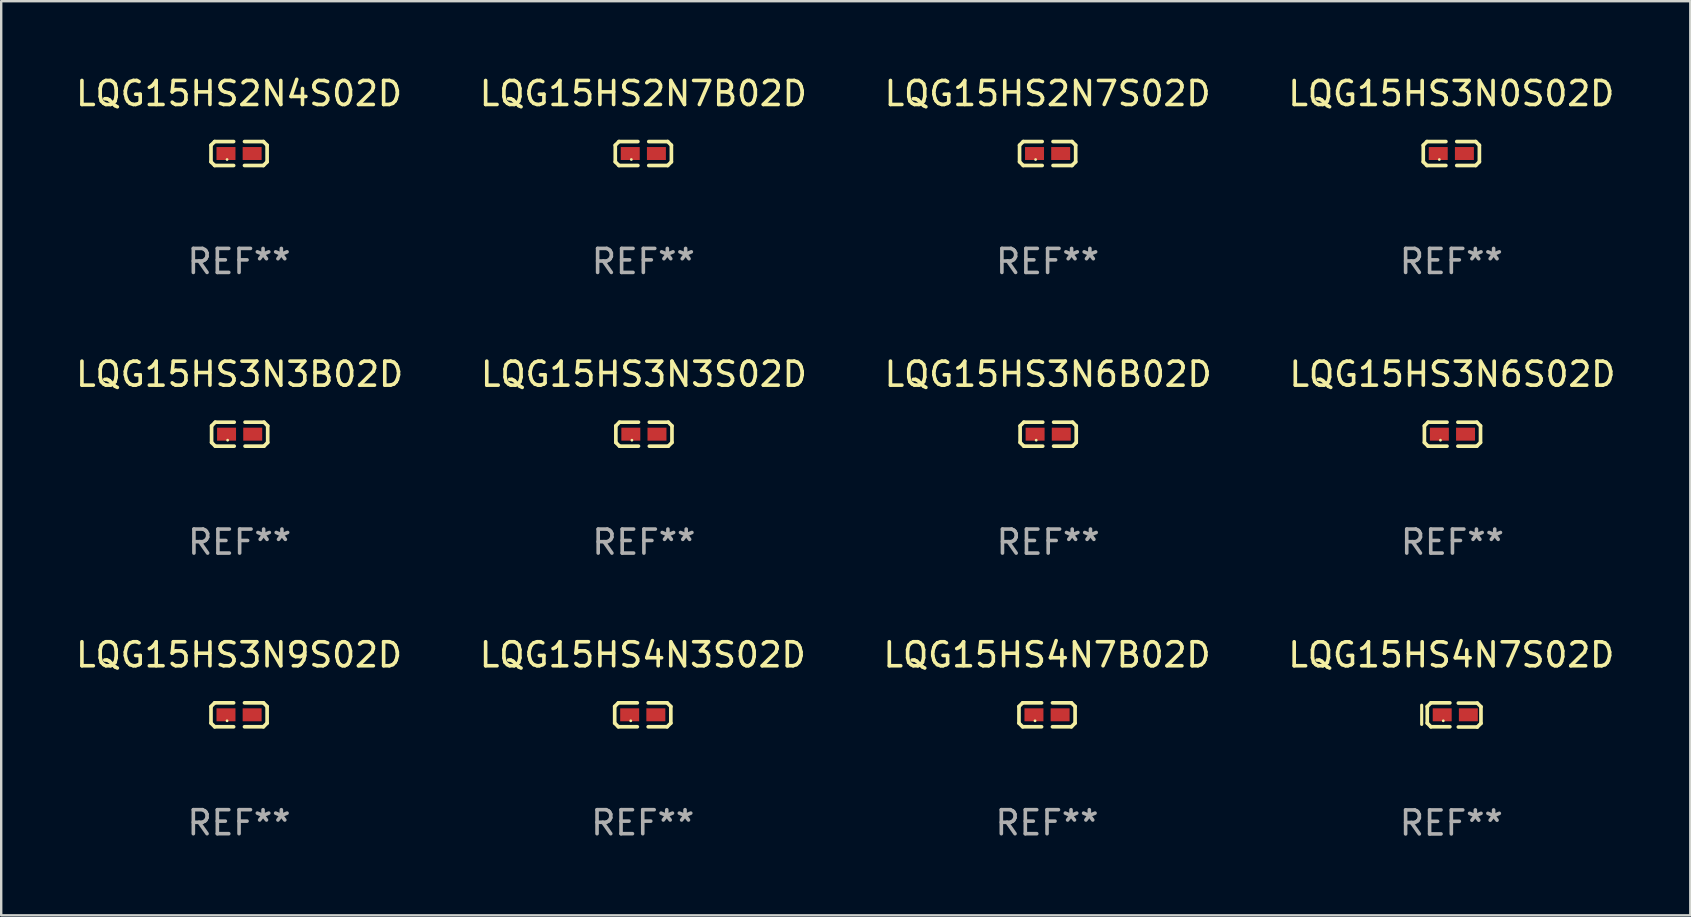
<source format=kicad_pcb>
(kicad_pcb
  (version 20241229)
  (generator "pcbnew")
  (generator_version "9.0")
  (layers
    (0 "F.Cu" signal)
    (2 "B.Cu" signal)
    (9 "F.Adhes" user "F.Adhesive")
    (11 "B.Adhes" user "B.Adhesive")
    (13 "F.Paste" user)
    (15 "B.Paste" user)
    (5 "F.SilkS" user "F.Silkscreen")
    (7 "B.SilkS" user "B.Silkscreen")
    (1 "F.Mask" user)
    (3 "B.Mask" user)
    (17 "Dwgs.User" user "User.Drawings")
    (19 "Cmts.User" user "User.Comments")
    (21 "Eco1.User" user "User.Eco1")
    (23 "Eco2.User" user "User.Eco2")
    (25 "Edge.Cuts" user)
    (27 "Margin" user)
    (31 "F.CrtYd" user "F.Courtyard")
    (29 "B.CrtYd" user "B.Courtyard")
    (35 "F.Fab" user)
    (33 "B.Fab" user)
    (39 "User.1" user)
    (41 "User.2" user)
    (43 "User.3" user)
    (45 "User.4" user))
  (footprint "LQG15HS3N6S02D"
    (layer "F.Cu")
    (at 57.47 15.041)
    (property "Reference" "LQG15HS3N6S02D" (at 0 -2.499 0) (layer "F.SilkS") (effects (font (size 1 1) (thickness 0.15))))
    (attr through_hole)
    (fp_line (start -1.169 -0.346) (end -1.016 -0.499) (stroke (width 0.152) (type solid)) (layer "F.SilkS"))
    (fp_line (start -1.169 0.346) (end -1.169 -0.346) (stroke (width 0.152) (type solid)) (layer "F.SilkS"))
    (fp_line (start -1.016 -0.499) (end -0.226 -0.499) (stroke (width 0.152) (type solid)) (layer "F.SilkS"))
    (fp_line (start -1.016 0.499) (end -1.169 0.346) (stroke (width 0.152) (type solid)) (layer "F.SilkS"))
    (fp_line (start -0.226 0.499) (end -1.016 0.499) (stroke (width 0.152) (type solid)) (layer "F.SilkS"))
    (fp_line (start 0.226 0.499) (end 1.016 0.499) (stroke (width 0.152) (type solid)) (layer "F.SilkS"))
    (fp_line (start 1.016 -0.499) (end 0.226 -0.499) (stroke (width 0.152) (type solid)) (layer "F.SilkS"))
    (fp_line (start 1.016 0.499) (end 1.169 0.346) (stroke (width 0.152) (type solid)) (layer "F.SilkS"))
    (fp_line (start 1.169 -0.346) (end 1.016 -0.499) (stroke (width 0.152) (type solid)) (layer "F.SilkS"))
    (fp_line (start 1.169 0.346) (end 1.169 -0.346) (stroke (width 0.152) (type solid)) (layer "F.SilkS"))
    (fp_circle (center -0.5 0.25) (end -0.47 0.25) (stroke (width 0.06) (type solid)) (fill no) (layer "F.SilkS"))
    (fp_text user "REF**" (at 0 4.499 0) (layer "F.Fab") (effects (font (size 1 1) (thickness 0.15))))
    (pad "1" smd rect (at -0.545 0) (size 0.79 0.54) (layers "F.Cu" "F.Mask" "F.Paste"))
    (pad "2" smd rect (at 0.545 0) (size 0.79 0.54) (layers "F.Cu" "F.Mask" "F.Paste")))
  (footprint "LQG15HS4N3S02D"
    (layer "F.Cu")
    (at 23.732 26.734)
    (property "Reference" "LQG15HS4N3S02D" (at 0 -2.499 0) (layer "F.SilkS") (effects (font (size 1 1) (thickness 0.15))))
    (attr through_hole)
    (fp_line (start -1.169 -0.346) (end -1.016 -0.499) (stroke (width 0.152) (type solid)) (layer "F.SilkS"))
    (fp_line (start -1.169 0.346) (end -1.169 -0.346) (stroke (width 0.152) (type solid)) (layer "F.SilkS"))
    (fp_line (start -1.016 -0.499) (end -0.226 -0.499) (stroke (width 0.152) (type solid)) (layer "F.SilkS"))
    (fp_line (start -1.016 0.499) (end -1.169 0.346) (stroke (width 0.152) (type solid)) (layer "F.SilkS"))
    (fp_line (start -0.226 0.499) (end -1.016 0.499) (stroke (width 0.152) (type solid)) (layer "F.SilkS"))
    (fp_line (start 0.226 0.499) (end 1.016 0.499) (stroke (width 0.152) (type solid)) (layer "F.SilkS"))
    (fp_line (start 1.016 -0.499) (end 0.226 -0.499) (stroke (width 0.152) (type solid)) (layer "F.SilkS"))
    (fp_line (start 1.016 0.499) (end 1.169 0.346) (stroke (width 0.152) (type solid)) (layer "F.SilkS"))
    (fp_line (start 1.169 -0.346) (end 1.016 -0.499) (stroke (width 0.152) (type solid)) (layer "F.SilkS"))
    (fp_line (start 1.169 0.346) (end 1.169 -0.346) (stroke (width 0.152) (type solid)) (layer "F.SilkS"))
    (fp_circle (center -0.5 0.25) (end -0.47 0.25) (stroke (width 0.06) (type solid)) (fill no) (layer "F.SilkS"))
    (fp_text user "REF**" (at 0 4.499 0) (layer "F.Fab") (effects (font (size 1 1) (thickness 0.15))))
    (pad "1" smd rect (at -0.545 0) (size 0.79 0.54) (layers "F.Cu" "F.Mask" "F.Paste"))
    (pad "2" smd rect (at 0.545 0) (size 0.79 0.54) (layers "F.Cu" "F.Mask" "F.Paste")))
  (footprint "LQG15HS3N6B02D"
    (layer "F.Cu")
    (at 40.625 15.041)
    (property "Reference" "LQG15HS3N6B02D" (at 0 -2.499 0) (layer "F.SilkS") (effects (font (size 1 1) (thickness 0.15))))
    (attr through_hole)
    (fp_line (start -1.169 -0.346) (end -1.016 -0.499) (stroke (width 0.152) (type solid)) (layer "F.SilkS"))
    (fp_line (start -1.169 0.346) (end -1.169 -0.346) (stroke (width 0.152) (type solid)) (layer "F.SilkS"))
    (fp_line (start -1.016 -0.499) (end -0.226 -0.499) (stroke (width 0.152) (type solid)) (layer "F.SilkS"))
    (fp_line (start -1.016 0.499) (end -1.169 0.346) (stroke (width 0.152) (type solid)) (layer "F.SilkS"))
    (fp_line (start -0.226 0.499) (end -1.016 0.499) (stroke (width 0.152) (type solid)) (layer "F.SilkS"))
    (fp_line (start 0.226 0.499) (end 1.016 0.499) (stroke (width 0.152) (type solid)) (layer "F.SilkS"))
    (fp_line (start 1.016 -0.499) (end 0.226 -0.499) (stroke (width 0.152) (type solid)) (layer "F.SilkS"))
    (fp_line (start 1.016 0.499) (end 1.169 0.346) (stroke (width 0.152) (type solid)) (layer "F.SilkS"))
    (fp_line (start 1.169 -0.346) (end 1.016 -0.499) (stroke (width 0.152) (type solid)) (layer "F.SilkS"))
    (fp_line (start 1.169 0.346) (end 1.169 -0.346) (stroke (width 0.152) (type solid)) (layer "F.SilkS"))
    (fp_circle (center -0.5 0.25) (end -0.47 0.25) (stroke (width 0.06) (type solid)) (fill no) (layer "F.SilkS"))
    (fp_text user "REF**" (at 0 4.499 0) (layer "F.Fab") (effects (font (size 1 1) (thickness 0.15))))
    (pad "1" smd rect (at -0.545 0) (size 0.79 0.54) (layers "F.Cu" "F.Mask" "F.Paste"))
    (pad "2" smd rect (at 0.545 0) (size 0.79 0.54) (layers "F.Cu" "F.Mask" "F.Paste")))
  (footprint "LQG15HS4N7B02D"
    (layer "F.Cu")
    (at 40.577 26.734)
    (property "Reference" "LQG15HS4N7B02D" (at 0 -2.499 0) (layer "F.SilkS") (effects (font (size 1 1) (thickness 0.15))))
    (attr through_hole)
    (fp_line (start -1.169 -0.346) (end -1.016 -0.499) (stroke (width 0.152) (type solid)) (layer "F.SilkS"))
    (fp_line (start -1.169 0.346) (end -1.169 -0.346) (stroke (width 0.152) (type solid)) (layer "F.SilkS"))
    (fp_line (start -1.016 -0.499) (end -0.226 -0.499) (stroke (width 0.152) (type solid)) (layer "F.SilkS"))
    (fp_line (start -1.016 0.499) (end -1.169 0.346) (stroke (width 0.152) (type solid)) (layer "F.SilkS"))
    (fp_line (start -0.226 0.499) (end -1.016 0.499) (stroke (width 0.152) (type solid)) (layer "F.SilkS"))
    (fp_line (start 0.226 0.499) (end 1.016 0.499) (stroke (width 0.152) (type solid)) (layer "F.SilkS"))
    (fp_line (start 1.016 -0.499) (end 0.226 -0.499) (stroke (width 0.152) (type solid)) (layer "F.SilkS"))
    (fp_line (start 1.016 0.499) (end 1.169 0.346) (stroke (width 0.152) (type solid)) (layer "F.SilkS"))
    (fp_line (start 1.169 -0.346) (end 1.016 -0.499) (stroke (width 0.152) (type solid)) (layer "F.SilkS"))
    (fp_line (start 1.169 0.346) (end 1.169 -0.346) (stroke (width 0.152) (type solid)) (layer "F.SilkS"))
    (fp_circle (center -0.5 0.25) (end -0.47 0.25) (stroke (width 0.06) (type solid)) (fill no) (layer "F.SilkS"))
    (fp_text user "REF**" (at 0 4.499 0) (layer "F.Fab") (effects (font (size 1 1) (thickness 0.15))))
    (pad "1" smd rect (at -0.545 0) (size 0.79 0.54) (layers "F.Cu" "F.Mask" "F.Paste"))
    (pad "2" smd rect (at 0.545 0) (size 0.79 0.54) (layers "F.Cu" "F.Mask" "F.Paste")))
  (footprint "LQG15HS3N9S02D"
    (layer "F.Cu")
    (at 6.911 26.734)
    (property "Reference" "LQG15HS3N9S02D" (at 0 -2.499 0) (layer "F.SilkS") (effects (font (size 1 1) (thickness 0.15))))
    (attr through_hole)
    (fp_line (start -1.169 -0.346) (end -1.016 -0.499) (stroke (width 0.152) (type solid)) (layer "F.SilkS"))
    (fp_line (start -1.169 0.346) (end -1.169 -0.346) (stroke (width 0.152) (type solid)) (layer "F.SilkS"))
    (fp_line (start -1.016 -0.499) (end -0.226 -0.499) (stroke (width 0.152) (type solid)) (layer "F.SilkS"))
    (fp_line (start -1.016 0.499) (end -1.169 0.346) (stroke (width 0.152) (type solid)) (layer "F.SilkS"))
    (fp_line (start -0.226 0.499) (end -1.016 0.499) (stroke (width 0.152) (type solid)) (layer "F.SilkS"))
    (fp_line (start 0.226 0.499) (end 1.016 0.499) (stroke (width 0.152) (type solid)) (layer "F.SilkS"))
    (fp_line (start 1.016 -0.499) (end 0.226 -0.499) (stroke (width 0.152) (type solid)) (layer "F.SilkS"))
    (fp_line (start 1.016 0.499) (end 1.169 0.346) (stroke (width 0.152) (type solid)) (layer "F.SilkS"))
    (fp_line (start 1.169 -0.346) (end 1.016 -0.499) (stroke (width 0.152) (type solid)) (layer "F.SilkS"))
    (fp_line (start 1.169 0.346) (end 1.169 -0.346) (stroke (width 0.152) (type solid)) (layer "F.SilkS"))
    (fp_circle (center -0.5 0.25) (end -0.47 0.25) (stroke (width 0.06) (type solid)) (fill no) (layer "F.SilkS"))
    (fp_text user "REF**" (at 0 4.499 0) (layer "F.Fab") (effects (font (size 1 1) (thickness 0.15))))
    (pad "1" smd rect (at -0.545 0) (size 0.79 0.54) (layers "F.Cu" "F.Mask" "F.Paste"))
    (pad "2" smd rect (at 0.545 0) (size 0.79 0.54) (layers "F.Cu" "F.Mask" "F.Paste")))
  (footprint "LQG15HS4N7S02D"
    (layer "F.Cu")
    (at 57.423 26.739)
    (property "Reference" "LQG15HS4N7S02D" (at 0 -2.503 0) (layer "F.SilkS") (effects (font (size 1 1) (thickness 0.15))))
    (attr through_hole)
    (fp_line (start -1.235 -0.405) (end -1.235 0.395) (stroke (width 0.13) (type solid)) (layer "F.SilkS"))
    (fp_line (start -1.003 -0.351) (end -0.851 -0.503) (stroke (width 0.152) (type solid)) (layer "F.SilkS"))
    (fp_line (start -1.003 0.341) (end -1.003 -0.351) (stroke (width 0.152) (type solid)) (layer "F.SilkS"))
    (fp_line (start -0.851 -0.503) (end -0.061 -0.503) (stroke (width 0.152) (type solid)) (layer "F.SilkS"))
    (fp_line (start -0.851 0.494) (end -1.003 0.341) (stroke (width 0.152) (type solid)) (layer "F.SilkS"))
    (fp_line (start -0.061 0.494) (end -0.851 0.494) (stroke (width 0.152) (type solid)) (layer "F.SilkS"))
    (fp_line (start 0.292 0.503) (end 1.082 0.503) (stroke (width 0.152) (type solid)) (layer "F.SilkS"))
    (fp_line (start 1.082 -0.494) (end 0.292 -0.494) (stroke (width 0.152) (type solid)) (layer "F.SilkS"))
    (fp_line (start 1.082 0.503) (end 1.235 0.351) (stroke (width 0.152) (type solid)) (layer "F.SilkS"))
    (fp_line (start 1.235 -0.341) (end 1.082 -0.494) (stroke (width 0.152) (type solid)) (layer "F.SilkS"))
    (fp_line (start 1.235 0.351) (end 1.235 -0.341) (stroke (width 0.152) (type solid)) (layer "F.SilkS"))
    (fp_circle (center -0.335 0.245) (end -0.305 0.245) (stroke (width 0.06) (type solid)) (fill no) (layer "F.SilkS"))
    (fp_text user "REF**" (at 0 4.503 0) (layer "F.Fab") (effects (font (size 1 1) (thickness 0.15))))
    (pad "1" smd rect (at -0.38 -0.005) (size 0.79 0.54) (layers "F.Cu" "F.Mask" "F.Paste"))
    (pad "2" smd rect (at 0.71 -0.005) (size 0.79 0.54) (layers "F.Cu" "F.Mask" "F.Paste")))
  (footprint "LQG15HS2N4S02D"
    (layer "F.Cu")
    (at 6.911 3.347)
    (property "Reference" "LQG15HS2N4S02D" (at 0 -2.499 0) (layer "F.SilkS") (effects (font (size 1 1) (thickness 0.15))))
    (attr through_hole)
    (fp_line (start -1.169 -0.346) (end -1.016 -0.499) (stroke (width 0.152) (type solid)) (layer "F.SilkS"))
    (fp_line (start -1.169 0.346) (end -1.169 -0.346) (stroke (width 0.152) (type solid)) (layer "F.SilkS"))
    (fp_line (start -1.016 -0.499) (end -0.226 -0.499) (stroke (width 0.152) (type solid)) (layer "F.SilkS"))
    (fp_line (start -1.016 0.499) (end -1.169 0.346) (stroke (width 0.152) (type solid)) (layer "F.SilkS"))
    (fp_line (start -0.226 0.499) (end -1.016 0.499) (stroke (width 0.152) (type solid)) (layer "F.SilkS"))
    (fp_line (start 0.226 0.499) (end 1.016 0.499) (stroke (width 0.152) (type solid)) (layer "F.SilkS"))
    (fp_line (start 1.016 -0.499) (end 0.226 -0.499) (stroke (width 0.152) (type solid)) (layer "F.SilkS"))
    (fp_line (start 1.016 0.499) (end 1.169 0.346) (stroke (width 0.152) (type solid)) (layer "F.SilkS"))
    (fp_line (start 1.169 -0.346) (end 1.016 -0.499) (stroke (width 0.152) (type solid)) (layer "F.SilkS"))
    (fp_line (start 1.169 0.346) (end 1.169 -0.346) (stroke (width 0.152) (type solid)) (layer "F.SilkS"))
    (fp_circle (center -0.5 0.25) (end -0.47 0.25) (stroke (width 0.06) (type solid)) (fill no) (layer "F.SilkS"))
    (fp_text user "REF**" (at 0 4.499 0) (layer "F.Fab") (effects (font (size 1 1) (thickness 0.15))))
    (pad "1" smd rect (at -0.545 0) (size 0.79 0.54) (layers "F.Cu" "F.Mask" "F.Paste"))
    (pad "2" smd rect (at 0.545 0) (size 0.79 0.54) (layers "F.Cu" "F.Mask" "F.Paste")))
  (footprint "LQG15HS3N3B02D"
    (layer "F.Cu")
    (at 6.935 15.041)
    (property "Reference" "LQG15HS3N3B02D" (at 0 -2.499 0) (layer "F.SilkS") (effects (font (size 1 1) (thickness 0.15))))
    (attr through_hole)
    (fp_line (start -1.169 -0.346) (end -1.016 -0.499) (stroke (width 0.152) (type solid)) (layer "F.SilkS"))
    (fp_line (start -1.169 0.346) (end -1.169 -0.346) (stroke (width 0.152) (type solid)) (layer "F.SilkS"))
    (fp_line (start -1.016 -0.499) (end -0.226 -0.499) (stroke (width 0.152) (type solid)) (layer "F.SilkS"))
    (fp_line (start -1.016 0.499) (end -1.169 0.346) (stroke (width 0.152) (type solid)) (layer "F.SilkS"))
    (fp_line (start -0.226 0.499) (end -1.016 0.499) (stroke (width 0.152) (type solid)) (layer "F.SilkS"))
    (fp_line (start 0.226 0.499) (end 1.016 0.499) (stroke (width 0.152) (type solid)) (layer "F.SilkS"))
    (fp_line (start 1.016 -0.499) (end 0.226 -0.499) (stroke (width 0.152) (type solid)) (layer "F.SilkS"))
    (fp_line (start 1.016 0.499) (end 1.169 0.346) (stroke (width 0.152) (type solid)) (layer "F.SilkS"))
    (fp_line (start 1.169 -0.346) (end 1.016 -0.499) (stroke (width 0.152) (type solid)) (layer "F.SilkS"))
    (fp_line (start 1.169 0.346) (end 1.169 -0.346) (stroke (width 0.152) (type solid)) (layer "F.SilkS"))
    (fp_circle (center -0.5 0.25) (end -0.47 0.25) (stroke (width 0.06) (type solid)) (fill no) (layer "F.SilkS"))
    (fp_text user "REF**" (at 0 4.499 0) (layer "F.Fab") (effects (font (size 1 1) (thickness 0.15))))
    (pad "1" smd rect (at -0.545 0) (size 0.79 0.54) (layers "F.Cu" "F.Mask" "F.Paste"))
    (pad "2" smd rect (at 0.545 0) (size 0.79 0.54) (layers "F.Cu" "F.Mask" "F.Paste")))
  (footprint "LQG15HS2N7S02D"
    (layer "F.Cu")
    (at 40.601 3.347)
    (property "Reference" "LQG15HS2N7S02D" (at 0 -2.499 0) (layer "F.SilkS") (effects (font (size 1 1) (thickness 0.15))))
    (attr through_hole)
    (fp_line (start -1.169 -0.346) (end -1.016 -0.499) (stroke (width 0.152) (type solid)) (layer "F.SilkS"))
    (fp_line (start -1.169 0.346) (end -1.169 -0.346) (stroke (width 0.152) (type solid)) (layer "F.SilkS"))
    (fp_line (start -1.016 -0.499) (end -0.226 -0.499) (stroke (width 0.152) (type solid)) (layer "F.SilkS"))
    (fp_line (start -1.016 0.499) (end -1.169 0.346) (stroke (width 0.152) (type solid)) (layer "F.SilkS"))
    (fp_line (start -0.226 0.499) (end -1.016 0.499) (stroke (width 0.152) (type solid)) (layer "F.SilkS"))
    (fp_line (start 0.226 0.499) (end 1.016 0.499) (stroke (width 0.152) (type solid)) (layer "F.SilkS"))
    (fp_line (start 1.016 -0.499) (end 0.226 -0.499) (stroke (width 0.152) (type solid)) (layer "F.SilkS"))
    (fp_line (start 1.016 0.499) (end 1.169 0.346) (stroke (width 0.152) (type solid)) (layer "F.SilkS"))
    (fp_line (start 1.169 -0.346) (end 1.016 -0.499) (stroke (width 0.152) (type solid)) (layer "F.SilkS"))
    (fp_line (start 1.169 0.346) (end 1.169 -0.346) (stroke (width 0.152) (type solid)) (layer "F.SilkS"))
    (fp_circle (center -0.5 0.25) (end -0.47 0.25) (stroke (width 0.06) (type solid)) (fill no) (layer "F.SilkS"))
    (fp_text user "REF**" (at 0 4.499 0) (layer "F.Fab") (effects (font (size 1 1) (thickness 0.15))))
    (pad "1" smd rect (at -0.545 0) (size 0.79 0.54) (layers "F.Cu" "F.Mask" "F.Paste"))
    (pad "2" smd rect (at 0.545 0) (size 0.79 0.54) (layers "F.Cu" "F.Mask" "F.Paste")))
  (footprint "LQG15HS2N7B02D"
    (layer "F.Cu")
    (at 23.756 3.347)
    (property "Reference" "LQG15HS2N7B02D" (at 0 -2.499 0) (layer "F.SilkS") (effects (font (size 1 1) (thickness 0.15))))
    (attr through_hole)
    (fp_line (start -1.169 -0.346) (end -1.016 -0.499) (stroke (width 0.152) (type solid)) (layer "F.SilkS"))
    (fp_line (start -1.169 0.346) (end -1.169 -0.346) (stroke (width 0.152) (type solid)) (layer "F.SilkS"))
    (fp_line (start -1.016 -0.499) (end -0.226 -0.499) (stroke (width 0.152) (type solid)) (layer "F.SilkS"))
    (fp_line (start -1.016 0.499) (end -1.169 0.346) (stroke (width 0.152) (type solid)) (layer "F.SilkS"))
    (fp_line (start -0.226 0.499) (end -1.016 0.499) (stroke (width 0.152) (type solid)) (layer "F.SilkS"))
    (fp_line (start 0.226 0.499) (end 1.016 0.499) (stroke (width 0.152) (type solid)) (layer "F.SilkS"))
    (fp_line (start 1.016 -0.499) (end 0.226 -0.499) (stroke (width 0.152) (type solid)) (layer "F.SilkS"))
    (fp_line (start 1.016 0.499) (end 1.169 0.346) (stroke (width 0.152) (type solid)) (layer "F.SilkS"))
    (fp_line (start 1.169 -0.346) (end 1.016 -0.499) (stroke (width 0.152) (type solid)) (layer "F.SilkS"))
    (fp_line (start 1.169 0.346) (end 1.169 -0.346) (stroke (width 0.152) (type solid)) (layer "F.SilkS"))
    (fp_circle (center -0.5 0.25) (end -0.47 0.25) (stroke (width 0.06) (type solid)) (fill no) (layer "F.SilkS"))
    (fp_text user "REF**" (at 0 4.499 0) (layer "F.Fab") (effects (font (size 1 1) (thickness 0.15))))
    (pad "1" smd rect (at -0.545 0) (size 0.79 0.54) (layers "F.Cu" "F.Mask" "F.Paste"))
    (pad "2" smd rect (at 0.545 0) (size 0.79 0.54) (layers "F.Cu" "F.Mask" "F.Paste")))
  (footprint "LQG15HS3N0S02D"
    (layer "F.Cu")
    (at 57.423 3.347)
    (property "Reference" "LQG15HS3N0S02D" (at 0 -2.499 0) (layer "F.SilkS") (effects (font (size 1 1) (thickness 0.15))))
    (attr through_hole)
    (fp_line (start -1.169 -0.346) (end -1.016 -0.499) (stroke (width 0.152) (type solid)) (layer "F.SilkS"))
    (fp_line (start -1.169 0.346) (end -1.169 -0.346) (stroke (width 0.152) (type solid)) (layer "F.SilkS"))
    (fp_line (start -1.016 -0.499) (end -0.226 -0.499) (stroke (width 0.152) (type solid)) (layer "F.SilkS"))
    (fp_line (start -1.016 0.499) (end -1.169 0.346) (stroke (width 0.152) (type solid)) (layer "F.SilkS"))
    (fp_line (start -0.226 0.499) (end -1.016 0.499) (stroke (width 0.152) (type solid)) (layer "F.SilkS"))
    (fp_line (start 0.226 0.499) (end 1.016 0.499) (stroke (width 0.152) (type solid)) (layer "F.SilkS"))
    (fp_line (start 1.016 -0.499) (end 0.226 -0.499) (stroke (width 0.152) (type solid)) (layer "F.SilkS"))
    (fp_line (start 1.016 0.499) (end 1.169 0.346) (stroke (width 0.152) (type solid)) (layer "F.SilkS"))
    (fp_line (start 1.169 -0.346) (end 1.016 -0.499) (stroke (width 0.152) (type solid)) (layer "F.SilkS"))
    (fp_line (start 1.169 0.346) (end 1.169 -0.346) (stroke (width 0.152) (type solid)) (layer "F.SilkS"))
    (fp_circle (center -0.5 0.25) (end -0.47 0.25) (stroke (width 0.06) (type solid)) (fill no) (layer "F.SilkS"))
    (fp_text user "REF**" (at 0 4.499 0) (layer "F.Fab") (effects (font (size 1 1) (thickness 0.15))))
    (pad "1" smd rect (at -0.545 0) (size 0.79 0.54) (layers "F.Cu" "F.Mask" "F.Paste"))
    (pad "2" smd rect (at 0.545 0) (size 0.79 0.54) (layers "F.Cu" "F.Mask" "F.Paste")))
  (footprint "LQG15HS3N3S02D"
    (layer "F.Cu")
    (at 23.78 15.041)
    (property "Reference" "LQG15HS3N3S02D" (at 0 -2.499 0) (layer "F.SilkS") (effects (font (size 1 1) (thickness 0.15))))
    (attr through_hole)
    (fp_line (start -1.169 -0.346) (end -1.016 -0.499) (stroke (width 0.152) (type solid)) (layer "F.SilkS"))
    (fp_line (start -1.169 0.346) (end -1.169 -0.346) (stroke (width 0.152) (type solid)) (layer "F.SilkS"))
    (fp_line (start -1.016 -0.499) (end -0.226 -0.499) (stroke (width 0.152) (type solid)) (layer "F.SilkS"))
    (fp_line (start -1.016 0.499) (end -1.169 0.346) (stroke (width 0.152) (type solid)) (layer "F.SilkS"))
    (fp_line (start -0.226 0.499) (end -1.016 0.499) (stroke (width 0.152) (type solid)) (layer "F.SilkS"))
    (fp_line (start 0.226 0.499) (end 1.016 0.499) (stroke (width 0.152) (type solid)) (layer "F.SilkS"))
    (fp_line (start 1.016 -0.499) (end 0.226 -0.499) (stroke (width 0.152) (type solid)) (layer "F.SilkS"))
    (fp_line (start 1.016 0.499) (end 1.169 0.346) (stroke (width 0.152) (type solid)) (layer "F.SilkS"))
    (fp_line (start 1.169 -0.346) (end 1.016 -0.499) (stroke (width 0.152) (type solid)) (layer "F.SilkS"))
    (fp_line (start 1.169 0.346) (end 1.169 -0.346) (stroke (width 0.152) (type solid)) (layer "F.SilkS"))
    (fp_circle (center -0.5 0.25) (end -0.47 0.25) (stroke (width 0.06) (type solid)) (fill no) (layer "F.SilkS"))
    (fp_text user "REF**" (at 0 4.499 0) (layer "F.Fab") (effects (font (size 1 1) (thickness 0.15))))
    (pad "1" smd rect (at -0.545 0) (size 0.79 0.54) (layers "F.Cu" "F.Mask" "F.Paste"))
    (pad "2" smd rect (at 0.545 0) (size 0.79 0.54) (layers "F.Cu" "F.Mask" "F.Paste")))
  (gr_rect
    (start -3 -3)
    (end 67.381 35.09)
    (stroke (width 0.1) (type default))
    (fill no)
    (layer "Edge.Cuts")))
</source>
